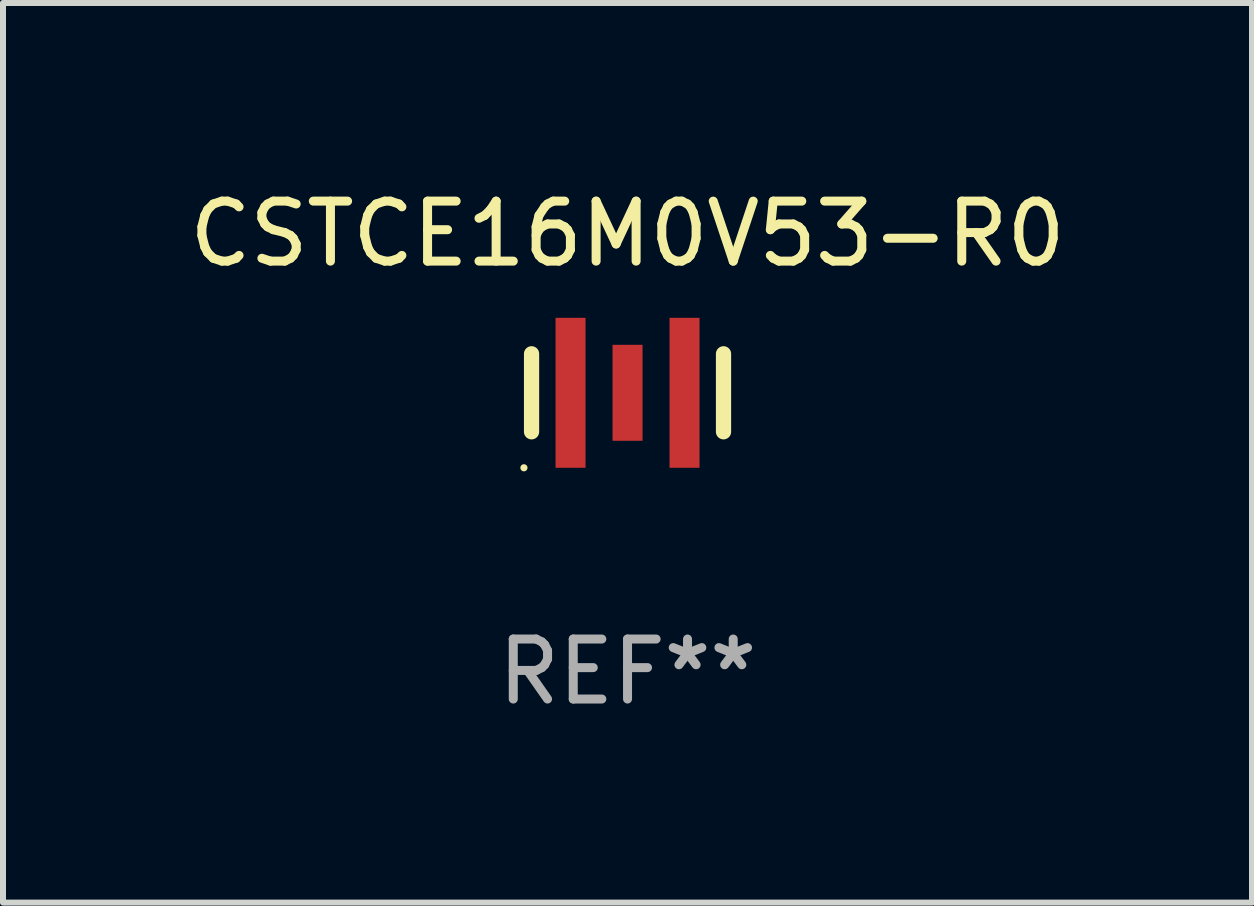
<source format=kicad_pcb>
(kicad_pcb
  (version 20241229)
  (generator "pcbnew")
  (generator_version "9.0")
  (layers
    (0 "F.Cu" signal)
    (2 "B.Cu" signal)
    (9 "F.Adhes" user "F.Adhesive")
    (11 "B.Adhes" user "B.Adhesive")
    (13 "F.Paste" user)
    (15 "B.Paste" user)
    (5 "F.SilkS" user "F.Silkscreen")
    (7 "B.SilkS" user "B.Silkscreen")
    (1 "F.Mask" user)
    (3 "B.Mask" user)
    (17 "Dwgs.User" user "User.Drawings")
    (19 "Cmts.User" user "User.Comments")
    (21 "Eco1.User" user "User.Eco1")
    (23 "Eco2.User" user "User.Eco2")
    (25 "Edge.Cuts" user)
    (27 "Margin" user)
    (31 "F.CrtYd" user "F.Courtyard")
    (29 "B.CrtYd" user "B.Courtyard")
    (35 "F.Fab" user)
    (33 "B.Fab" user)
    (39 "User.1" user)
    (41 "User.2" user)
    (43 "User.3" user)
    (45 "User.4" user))
  (footprint "CSTCE16M0V53-R0"
    (layer "F.Cu")
    (at 7.411 3.498)
    (property "Reference" "CSTCE16M0V53-R0" (at 0 -2.65 0) (layer "F.SilkS") (effects (font (size 1 1) (thickness 0.15))))
    (attr through_hole)
    (fp_line (start -1.6 -0.65) (end -1.6 0.65) (stroke (width 0.254) (type solid)) (layer "F.SilkS"))
    (fp_line (start 1.6 0.65) (end 1.6 -0.65) (stroke (width 0.254) (type solid)) (layer "F.SilkS"))
    (fp_circle (center -1.727 1.25) (end -1.697 1.25) (stroke (width 0.06) (type solid)) (fill no) (layer "F.SilkS"))
    (fp_text user "REF**" (at 0 4.65 0) (layer "F.Fab") (effects (font (size 1 1) (thickness 0.15))))
    (pad "1" smd rect (at -0.95 0 90) (size 2.5 0.5) (layers "F.Cu" "F.Mask" "F.Paste"))
    (pad "2" smd rect (at 0 0 90) (size 1.6 0.5) (layers "F.Cu" "F.Mask" "F.Paste"))
    (pad "3" smd rect (at 0.95 0 90) (size 2.5 0.5) (layers "F.Cu" "F.Mask" "F.Paste")))
  (gr_rect
    (start -3 -3)
    (end 17.821 11.996)
    (stroke (width 0.1) (type default))
    (fill no)
    (layer "Edge.Cuts")))
</source>
